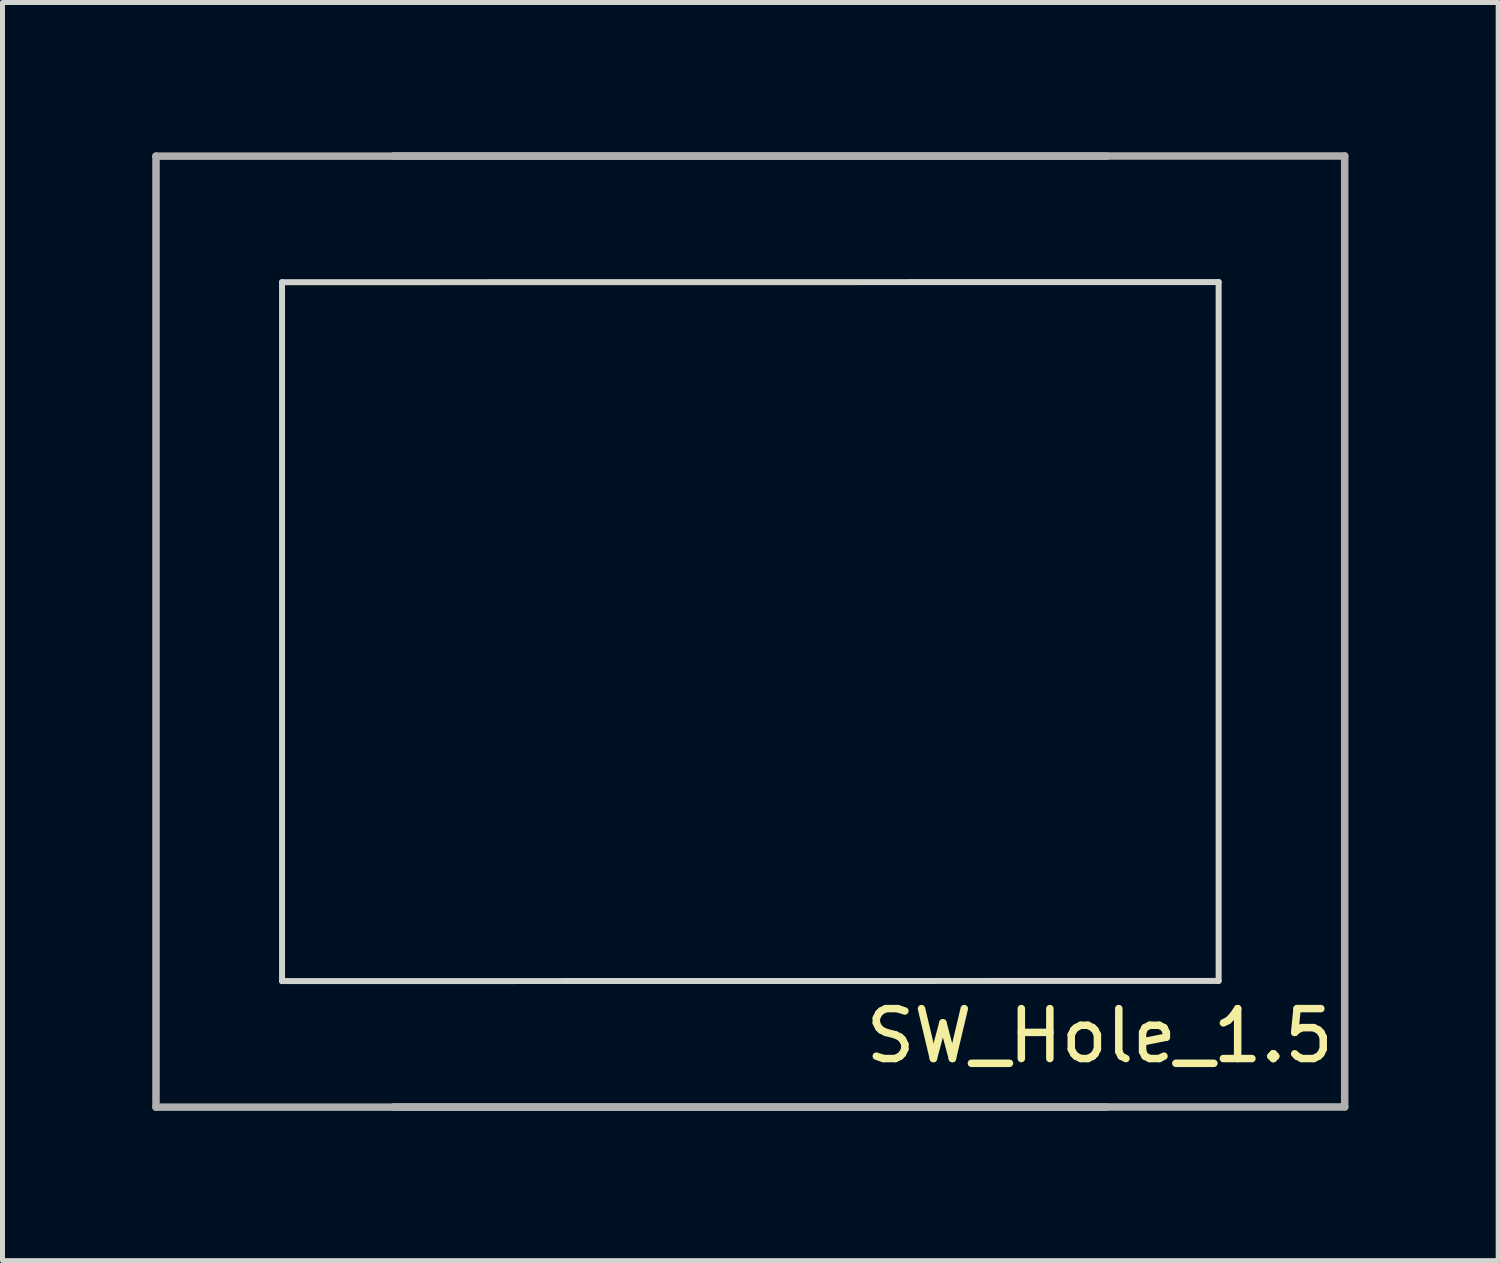
<source format=kicad_pcb>
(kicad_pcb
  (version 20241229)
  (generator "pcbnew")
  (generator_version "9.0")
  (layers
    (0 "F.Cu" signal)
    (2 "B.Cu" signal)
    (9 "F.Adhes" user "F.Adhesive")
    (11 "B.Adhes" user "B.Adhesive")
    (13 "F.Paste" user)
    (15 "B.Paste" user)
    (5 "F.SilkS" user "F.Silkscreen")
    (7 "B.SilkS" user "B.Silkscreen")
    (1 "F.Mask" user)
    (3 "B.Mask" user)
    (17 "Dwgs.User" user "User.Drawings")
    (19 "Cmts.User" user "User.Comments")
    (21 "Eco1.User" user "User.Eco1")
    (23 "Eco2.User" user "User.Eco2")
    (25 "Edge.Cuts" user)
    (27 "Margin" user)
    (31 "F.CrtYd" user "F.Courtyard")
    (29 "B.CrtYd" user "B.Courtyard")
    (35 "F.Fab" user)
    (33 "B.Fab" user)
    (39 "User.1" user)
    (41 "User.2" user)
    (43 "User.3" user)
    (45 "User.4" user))
  (footprint "SW_Hole_1.5"
    (layer "F.Cu")
    (at 11.981 9.6)
    (property "Reference" "SW_Hole_1.5" (at 7 8.1 0) (layer "F.SilkS") (effects (font (size 1 1) (thickness 0.15))))
    (attr through_hole)
    (fp_line (start -9.381 -6.997) (end -9.381 7.003) (stroke (width 0.12) (type solid)) (layer "Edge.Cuts"))
    (fp_line (start -9.381 7.003) (end 9.381 7) (stroke (width 0.12) (type solid)) (layer "Edge.Cuts"))
    (fp_line (start 9.381 -7) (end -9.381 -6.997) (stroke (width 0.12) (type solid)) (layer "Edge.Cuts"))
    (fp_line (start 9.381 7) (end 9.381 -7) (stroke (width 0.12) (type solid)) (layer "Edge.Cuts"))
    (fp_line (start -11.906 -9.522) (end -11.906 9.528) (stroke (width 0.15) (type solid)) (layer "F.Fab"))
    (fp_line (start -11.906 9.528) (end 7.144 9.528) (stroke (width 0.15) (type solid)) (layer "F.Fab"))
    (fp_line (start -7.144 9.525) (end 11.906 9.525) (stroke (width 0.15) (type solid)) (layer "F.Fab"))
    (fp_line (start 7.144 -9.522) (end -11.906 -9.522) (stroke (width 0.15) (type solid)) (layer "F.Fab"))
    (fp_line (start 11.906 -9.525) (end -7.144 -9.525) (stroke (width 0.15) (type solid)) (layer "F.Fab"))
    (fp_line (start 11.906 9.525) (end 11.906 -9.525) (stroke (width 0.15) (type solid)) (layer "F.Fab")))
  (gr_rect
    (start -3 -3)
    (end 26.962 22.203)
    (stroke (width 0.1) (type default))
    (fill no)
    (layer "Edge.Cuts")))
</source>
